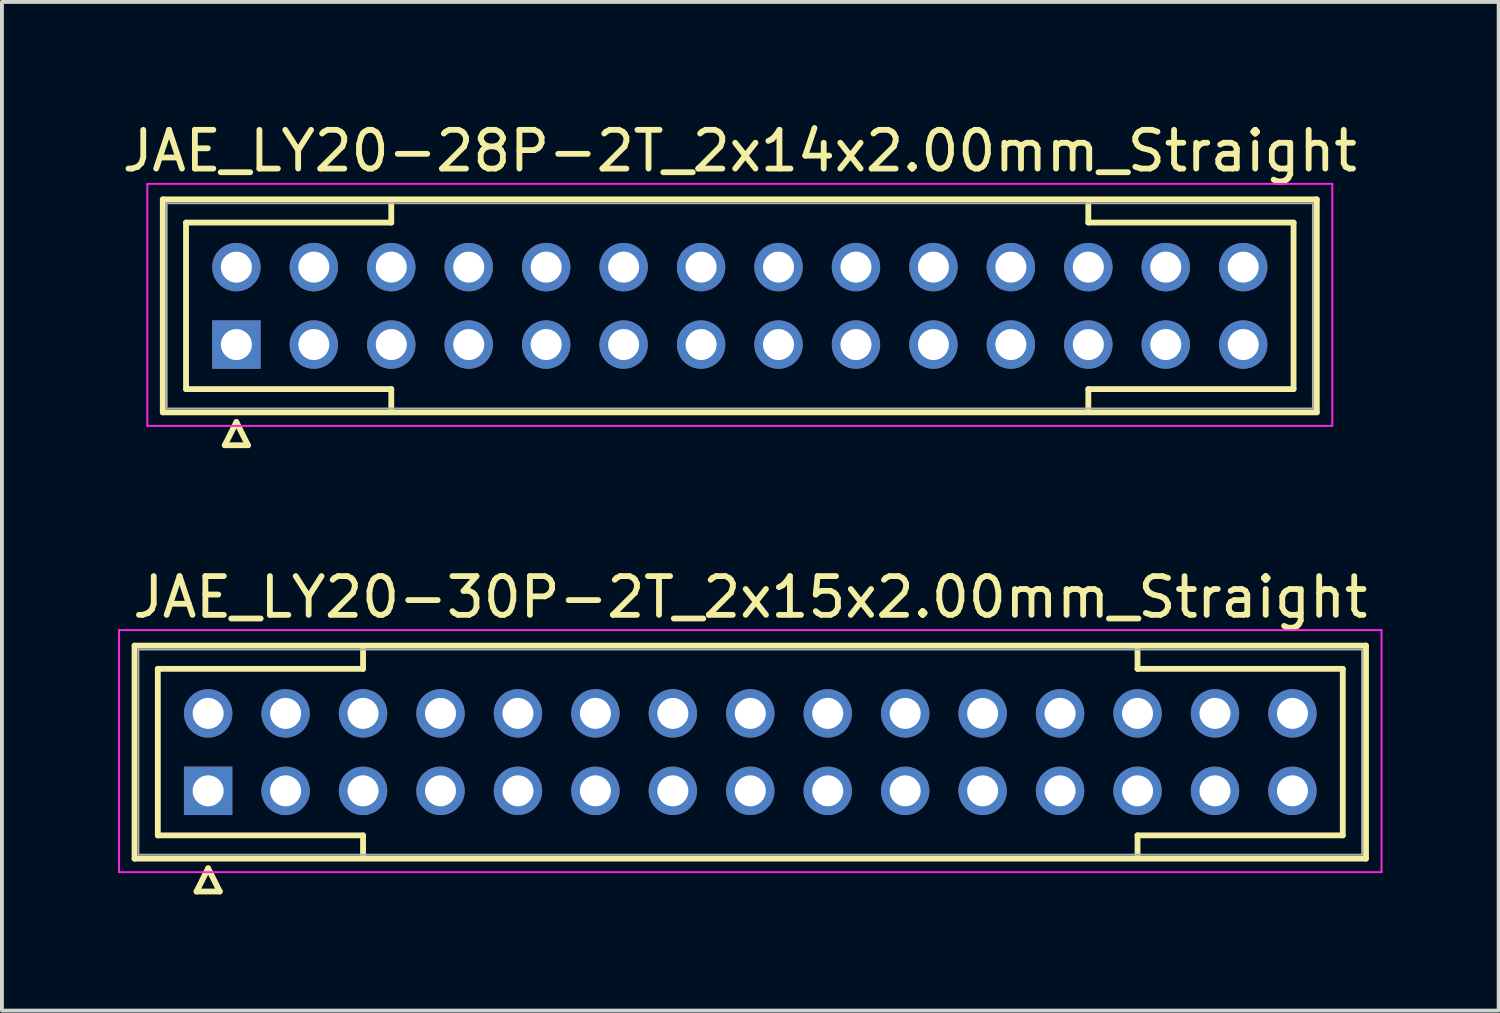
<source format=kicad_pcb>
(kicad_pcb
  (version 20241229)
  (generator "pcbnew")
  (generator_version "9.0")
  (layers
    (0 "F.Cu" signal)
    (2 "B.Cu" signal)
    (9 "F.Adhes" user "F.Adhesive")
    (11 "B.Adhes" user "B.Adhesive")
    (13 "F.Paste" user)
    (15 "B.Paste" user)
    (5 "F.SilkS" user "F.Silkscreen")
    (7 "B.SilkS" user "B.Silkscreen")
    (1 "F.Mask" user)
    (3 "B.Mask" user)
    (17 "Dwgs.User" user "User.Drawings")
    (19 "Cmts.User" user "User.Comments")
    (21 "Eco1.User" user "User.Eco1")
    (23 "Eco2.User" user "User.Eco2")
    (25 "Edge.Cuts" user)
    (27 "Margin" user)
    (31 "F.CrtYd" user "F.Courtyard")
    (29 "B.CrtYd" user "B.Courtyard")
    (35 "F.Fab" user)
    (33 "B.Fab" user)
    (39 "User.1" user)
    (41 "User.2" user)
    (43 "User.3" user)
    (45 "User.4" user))
  (footprint "JAE_LY20-30P-2T_2x15x2.00mm_Straight"
    (layer "F.Cu")
    (at 2.325 17.372)
    (property "Reference" "JAE_LY20-30P-2T_2x15x2.00mm_Straight" (at 14 -5 0) (layer "F.SilkS") (effects (font (size 1 1) (thickness 0.15))))
    (attr through_hole)
    (fp_line (start -1.9 -3.75) (end -1.9 1.75) (stroke (width 0.15) (type solid)) (layer "F.SilkS"))
    (fp_line (start -1.9 1.75) (end 29.9 1.75) (stroke (width 0.15) (type solid)) (layer "F.SilkS"))
    (fp_line (start -1.3 -3.15) (end 4 -3.15) (stroke (width 0.15) (type solid)) (layer "F.SilkS"))
    (fp_line (start -1.3 1.15) (end -1.3 -3.15) (stroke (width 0.15) (type solid)) (layer "F.SilkS"))
    (fp_line (start -0.3 2.6) (end 0.3 2.6) (stroke (width 0.15) (type solid)) (layer "F.SilkS"))
    (fp_line (start 0 2) (end -0.3 2.6) (stroke (width 0.15) (type solid)) (layer "F.SilkS"))
    (fp_line (start 0.3 2.6) (end 0 2) (stroke (width 0.15) (type solid)) (layer "F.SilkS"))
    (fp_line (start 4 -3.15) (end 4 -3.65) (stroke (width 0.15) (type solid)) (layer "F.SilkS"))
    (fp_line (start 4 1.15) (end -1.3 1.15) (stroke (width 0.15) (type solid)) (layer "F.SilkS"))
    (fp_line (start 4 1.65) (end 4 1.15) (stroke (width 0.15) (type solid)) (layer "F.SilkS"))
    (fp_line (start 24 -3.15) (end 24 -3.65) (stroke (width 0.15) (type solid)) (layer "F.SilkS"))
    (fp_line (start 24 1.15) (end 29.3 1.15) (stroke (width 0.15) (type solid)) (layer "F.SilkS"))
    (fp_line (start 24 1.65) (end 24 1.15) (stroke (width 0.15) (type solid)) (layer "F.SilkS"))
    (fp_line (start 29.3 -3.15) (end 24 -3.15) (stroke (width 0.15) (type solid)) (layer "F.SilkS"))
    (fp_line (start 29.3 1.15) (end 29.3 -3.15) (stroke (width 0.15) (type solid)) (layer "F.SilkS"))
    (fp_line (start 29.9 -3.75) (end -1.9 -3.75) (stroke (width 0.15) (type solid)) (layer "F.SilkS"))
    (fp_line (start 29.9 1.75) (end 29.9 -3.75) (stroke (width 0.15) (type solid)) (layer "F.SilkS"))
    (fp_line (start -2.3 -4.15) (end -2.3 2.1) (stroke (width 0.05) (type solid)) (layer "F.CrtYd"))
    (fp_line (start -2.3 2.1) (end 30.3 2.1) (stroke (width 0.05) (type solid)) (layer "F.CrtYd"))
    (fp_line (start 30.3 -4.15) (end -2.3 -4.15) (stroke (width 0.05) (type solid)) (layer "F.CrtYd"))
    (fp_line (start 30.3 2.1) (end 30.3 -4.15) (stroke (width 0.05) (type solid)) (layer "F.CrtYd"))
    (fp_line (start -1.8 -3.65) (end -1.8 1.65) (stroke (width 0.05) (type solid)) (layer "F.Fab"))
    (fp_line (start -1.8 1.65) (end 29.8 1.65) (stroke (width 0.05) (type solid)) (layer "F.Fab"))
    (fp_line (start 29.8 -3.65) (end -1.8 -3.65) (stroke (width 0.05) (type solid)) (layer "F.Fab"))
    (fp_line (start 29.8 1.65) (end 29.8 -3.65) (stroke (width 0.05) (type solid)) (layer "F.Fab"))
    (pad "1" thru_hole rect (at 0 0) (size 1.25 1.25) (drill 0.8) (layers "*.Cu" "*.Mask"))
    (pad "2" thru_hole circle (at 2 0) (size 1.25 1.25) (drill 0.8) (layers "*.Cu" "*.Mask"))
    (pad "3" thru_hole circle (at 4 0) (size 1.25 1.25) (drill 0.8) (layers "*.Cu" "*.Mask"))
    (pad "4" thru_hole circle (at 6 0) (size 1.25 1.25) (drill 0.8) (layers "*.Cu" "*.Mask"))
    (pad "5" thru_hole circle (at 8 0) (size 1.25 1.25) (drill 0.8) (layers "*.Cu" "*.Mask"))
    (pad "6" thru_hole circle (at 10 0) (size 1.25 1.25) (drill 0.8) (layers "*.Cu" "*.Mask"))
    (pad "7" thru_hole circle (at 12 0) (size 1.25 1.25) (drill 0.8) (layers "*.Cu" "*.Mask"))
    (pad "8" thru_hole circle (at 14 0) (size 1.25 1.25) (drill 0.8) (layers "*.Cu" "*.Mask"))
    (pad "9" thru_hole circle (at 16 0) (size 1.25 1.25) (drill 0.8) (layers "*.Cu" "*.Mask"))
    (pad "10" thru_hole circle (at 18 0) (size 1.25 1.25) (drill 0.8) (layers "*.Cu" "*.Mask"))
    (pad "11" thru_hole circle (at 20 0) (size 1.25 1.25) (drill 0.8) (layers "*.Cu" "*.Mask"))
    (pad "12" thru_hole circle (at 22 0) (size 1.25 1.25) (drill 0.8) (layers "*.Cu" "*.Mask"))
    (pad "13" thru_hole circle (at 24 0) (size 1.25 1.25) (drill 0.8) (layers "*.Cu" "*.Mask"))
    (pad "14" thru_hole circle (at 26 0) (size 1.25 1.25) (drill 0.8) (layers "*.Cu" "*.Mask"))
    (pad "15" thru_hole circle (at 28 0) (size 1.25 1.25) (drill 0.8) (layers "*.Cu" "*.Mask"))
    (pad "16" thru_hole circle (at 0 -2) (size 1.25 1.25) (drill 0.8) (layers "*.Cu" "*.Mask"))
    (pad "17" thru_hole circle (at 2 -2) (size 1.25 1.25) (drill 0.8) (layers "*.Cu" "*.Mask"))
    (pad "18" thru_hole circle (at 4 -2) (size 1.25 1.25) (drill 0.8) (layers "*.Cu" "*.Mask"))
    (pad "19" thru_hole circle (at 6 -2) (size 1.25 1.25) (drill 0.8) (layers "*.Cu" "*.Mask"))
    (pad "20" thru_hole circle (at 8 -2) (size 1.25 1.25) (drill 0.8) (layers "*.Cu" "*.Mask"))
    (pad "21" thru_hole circle (at 10 -2) (size 1.25 1.25) (drill 0.8) (layers "*.Cu" "*.Mask"))
    (pad "22" thru_hole circle (at 12 -2) (size 1.25 1.25) (drill 0.8) (layers "*.Cu" "*.Mask"))
    (pad "23" thru_hole circle (at 14 -2) (size 1.25 1.25) (drill 0.8) (layers "*.Cu" "*.Mask"))
    (pad "24" thru_hole circle (at 16 -2) (size 1.25 1.25) (drill 0.8) (layers "*.Cu" "*.Mask"))
    (pad "25" thru_hole circle (at 18 -2) (size 1.25 1.25) (drill 0.8) (layers "*.Cu" "*.Mask"))
    (pad "26" thru_hole circle (at 20 -2) (size 1.25 1.25) (drill 0.8) (layers "*.Cu" "*.Mask"))
    (pad "27" thru_hole circle (at 22 -2) (size 1.25 1.25) (drill 0.8) (layers "*.Cu" "*.Mask"))
    (pad "28" thru_hole circle (at 24 -2) (size 1.25 1.25) (drill 0.8) (layers "*.Cu" "*.Mask"))
    (pad "29" thru_hole circle (at 26 -2) (size 1.25 1.25) (drill 0.8) (layers "*.Cu" "*.Mask"))
    (pad "30" thru_hole circle (at 28 -2) (size 1.25 1.25) (drill 0.8) (layers "*.Cu" "*.Mask")))
  (footprint "JAE_LY20-28P-2T_2x14x2.00mm_Straight"
    (layer "F.Cu")
    (at 3.054 5.848)
    (property "Reference" "JAE_LY20-28P-2T_2x14x2.00mm_Straight" (at 13 -5 0) (layer "F.SilkS") (effects (font (size 1 1) (thickness 0.15))))
    (attr through_hole)
    (fp_line (start -1.9 -3.75) (end -1.9 1.75) (stroke (width 0.15) (type solid)) (layer "F.SilkS"))
    (fp_line (start -1.9 1.75) (end 27.9 1.75) (stroke (width 0.15) (type solid)) (layer "F.SilkS"))
    (fp_line (start -1.3 -3.15) (end 4 -3.15) (stroke (width 0.15) (type solid)) (layer "F.SilkS"))
    (fp_line (start -1.3 1.15) (end -1.3 -3.15) (stroke (width 0.15) (type solid)) (layer "F.SilkS"))
    (fp_line (start -0.3 2.6) (end 0.3 2.6) (stroke (width 0.15) (type solid)) (layer "F.SilkS"))
    (fp_line (start 0 2) (end -0.3 2.6) (stroke (width 0.15) (type solid)) (layer "F.SilkS"))
    (fp_line (start 0.3 2.6) (end 0 2) (stroke (width 0.15) (type solid)) (layer "F.SilkS"))
    (fp_line (start 4 -3.15) (end 4 -3.65) (stroke (width 0.15) (type solid)) (layer "F.SilkS"))
    (fp_line (start 4 1.15) (end -1.3 1.15) (stroke (width 0.15) (type solid)) (layer "F.SilkS"))
    (fp_line (start 4 1.65) (end 4 1.15) (stroke (width 0.15) (type solid)) (layer "F.SilkS"))
    (fp_line (start 22 -3.15) (end 22 -3.65) (stroke (width 0.15) (type solid)) (layer "F.SilkS"))
    (fp_line (start 22 1.15) (end 27.3 1.15) (stroke (width 0.15) (type solid)) (layer "F.SilkS"))
    (fp_line (start 22 1.65) (end 22 1.15) (stroke (width 0.15) (type solid)) (layer "F.SilkS"))
    (fp_line (start 27.3 -3.15) (end 22 -3.15) (stroke (width 0.15) (type solid)) (layer "F.SilkS"))
    (fp_line (start 27.3 1.15) (end 27.3 -3.15) (stroke (width 0.15) (type solid)) (layer "F.SilkS"))
    (fp_line (start 27.9 -3.75) (end -1.9 -3.75) (stroke (width 0.15) (type solid)) (layer "F.SilkS"))
    (fp_line (start 27.9 1.75) (end 27.9 -3.75) (stroke (width 0.15) (type solid)) (layer "F.SilkS"))
    (fp_line (start -2.3 -4.15) (end -2.3 2.1) (stroke (width 0.05) (type solid)) (layer "F.CrtYd"))
    (fp_line (start -2.3 2.1) (end 28.3 2.1) (stroke (width 0.05) (type solid)) (layer "F.CrtYd"))
    (fp_line (start 28.3 -4.15) (end -2.3 -4.15) (stroke (width 0.05) (type solid)) (layer "F.CrtYd"))
    (fp_line (start 28.3 2.1) (end 28.3 -4.15) (stroke (width 0.05) (type solid)) (layer "F.CrtYd"))
    (fp_line (start -1.8 -3.65) (end -1.8 1.65) (stroke (width 0.05) (type solid)) (layer "F.Fab"))
    (fp_line (start -1.8 1.65) (end 27.8 1.65) (stroke (width 0.05) (type solid)) (layer "F.Fab"))
    (fp_line (start 27.8 -3.65) (end -1.8 -3.65) (stroke (width 0.05) (type solid)) (layer "F.Fab"))
    (fp_line (start 27.8 1.65) (end 27.8 -3.65) (stroke (width 0.05) (type solid)) (layer "F.Fab"))
    (pad "1" thru_hole rect (at 0 0) (size 1.25 1.25) (drill 0.8) (layers "*.Cu" "*.Mask"))
    (pad "2" thru_hole circle (at 2 0) (size 1.25 1.25) (drill 0.8) (layers "*.Cu" "*.Mask"))
    (pad "3" thru_hole circle (at 4 0) (size 1.25 1.25) (drill 0.8) (layers "*.Cu" "*.Mask"))
    (pad "4" thru_hole circle (at 6 0) (size 1.25 1.25) (drill 0.8) (layers "*.Cu" "*.Mask"))
    (pad "5" thru_hole circle (at 8 0) (size 1.25 1.25) (drill 0.8) (layers "*.Cu" "*.Mask"))
    (pad "6" thru_hole circle (at 10 0) (size 1.25 1.25) (drill 0.8) (layers "*.Cu" "*.Mask"))
    (pad "7" thru_hole circle (at 12 0) (size 1.25 1.25) (drill 0.8) (layers "*.Cu" "*.Mask"))
    (pad "8" thru_hole circle (at 14 0) (size 1.25 1.25) (drill 0.8) (layers "*.Cu" "*.Mask"))
    (pad "9" thru_hole circle (at 16 0) (size 1.25 1.25) (drill 0.8) (layers "*.Cu" "*.Mask"))
    (pad "10" thru_hole circle (at 18 0) (size 1.25 1.25) (drill 0.8) (layers "*.Cu" "*.Mask"))
    (pad "11" thru_hole circle (at 20 0) (size 1.25 1.25) (drill 0.8) (layers "*.Cu" "*.Mask"))
    (pad "12" thru_hole circle (at 22 0) (size 1.25 1.25) (drill 0.8) (layers "*.Cu" "*.Mask"))
    (pad "13" thru_hole circle (at 24 0) (size 1.25 1.25) (drill 0.8) (layers "*.Cu" "*.Mask"))
    (pad "14" thru_hole circle (at 26 0) (size 1.25 1.25) (drill 0.8) (layers "*.Cu" "*.Mask"))
    (pad "15" thru_hole circle (at 0 -2) (size 1.25 1.25) (drill 0.8) (layers "*.Cu" "*.Mask"))
    (pad "16" thru_hole circle (at 2 -2) (size 1.25 1.25) (drill 0.8) (layers "*.Cu" "*.Mask"))
    (pad "17" thru_hole circle (at 4 -2) (size 1.25 1.25) (drill 0.8) (layers "*.Cu" "*.Mask"))
    (pad "18" thru_hole circle (at 6 -2) (size 1.25 1.25) (drill 0.8) (layers "*.Cu" "*.Mask"))
    (pad "19" thru_hole circle (at 8 -2) (size 1.25 1.25) (drill 0.8) (layers "*.Cu" "*.Mask"))
    (pad "20" thru_hole circle (at 10 -2) (size 1.25 1.25) (drill 0.8) (layers "*.Cu" "*.Mask"))
    (pad "21" thru_hole circle (at 12 -2) (size 1.25 1.25) (drill 0.8) (layers "*.Cu" "*.Mask"))
    (pad "22" thru_hole circle (at 14 -2) (size 1.25 1.25) (drill 0.8) (layers "*.Cu" "*.Mask"))
    (pad "23" thru_hole circle (at 16 -2) (size 1.25 1.25) (drill 0.8) (layers "*.Cu" "*.Mask"))
    (pad "24" thru_hole circle (at 18 -2) (size 1.25 1.25) (drill 0.8) (layers "*.Cu" "*.Mask"))
    (pad "25" thru_hole circle (at 20 -2) (size 1.25 1.25) (drill 0.8) (layers "*.Cu" "*.Mask"))
    (pad "26" thru_hole circle (at 22 -2) (size 1.25 1.25) (drill 0.8) (layers "*.Cu" "*.Mask"))
    (pad "27" thru_hole circle (at 24 -2) (size 1.25 1.25) (drill 0.8) (layers "*.Cu" "*.Mask"))
    (pad "28" thru_hole circle (at 26 -2) (size 1.25 1.25) (drill 0.8) (layers "*.Cu" "*.Mask")))
  (gr_rect
    (start -3 -3)
    (end 35.65 23.047)
    (stroke (width 0.1) (type default))
    (fill no)
    (layer "Edge.Cuts")))
</source>
